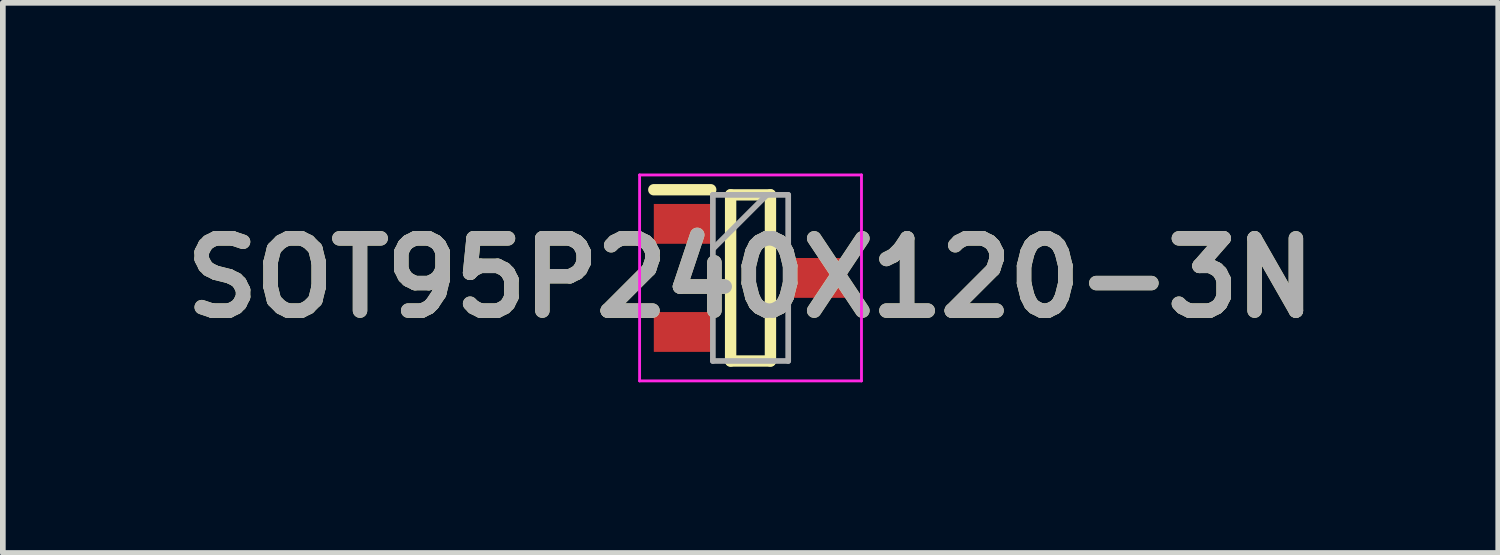
<source format=kicad_pcb>
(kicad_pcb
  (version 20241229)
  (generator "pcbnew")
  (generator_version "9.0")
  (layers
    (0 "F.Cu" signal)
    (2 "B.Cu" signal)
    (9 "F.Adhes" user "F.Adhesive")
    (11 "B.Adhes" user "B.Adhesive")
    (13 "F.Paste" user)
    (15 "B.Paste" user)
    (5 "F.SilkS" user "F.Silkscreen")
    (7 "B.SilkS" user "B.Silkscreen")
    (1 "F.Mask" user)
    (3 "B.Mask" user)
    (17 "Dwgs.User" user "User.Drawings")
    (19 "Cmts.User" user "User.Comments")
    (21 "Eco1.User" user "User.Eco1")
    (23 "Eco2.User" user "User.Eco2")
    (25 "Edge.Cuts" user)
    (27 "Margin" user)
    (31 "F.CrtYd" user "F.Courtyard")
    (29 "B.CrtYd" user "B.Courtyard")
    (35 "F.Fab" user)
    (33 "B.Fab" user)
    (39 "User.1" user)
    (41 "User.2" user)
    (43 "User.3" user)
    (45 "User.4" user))
  (footprint "SOT95P240X120-3N"
    (layer "F.Cu")
    (at 10.142 1.835)
    (property "Reference" "SOT95P240X120-3N" (at 0 0 0) (layer "F.SilkS") (effects (font (size 1.27 1.27) (thickness 0.254))))
    (attr smd)
    (fp_line (start -1.7 -1.55) (end -0.7 -1.55) (stroke (width 0.2) (type solid)) (layer "F.SilkS"))
    (fp_line (start -0.35 -1.46) (end 0.35 -1.46) (stroke (width 0.2) (type solid)) (layer "F.SilkS"))
    (fp_line (start -0.35 1.46) (end -0.35 -1.46) (stroke (width 0.2) (type solid)) (layer "F.SilkS"))
    (fp_line (start 0.35 -1.46) (end 0.35 1.46) (stroke (width 0.2) (type solid)) (layer "F.SilkS"))
    (fp_line (start 0.35 1.46) (end -0.35 1.46) (stroke (width 0.2) (type solid)) (layer "F.SilkS"))
    (fp_line (start -1.95 -1.81) (end 1.95 -1.81) (stroke (width 0.05) (type solid)) (layer "F.CrtYd"))
    (fp_line (start -1.95 1.81) (end -1.95 -1.81) (stroke (width 0.05) (type solid)) (layer "F.CrtYd"))
    (fp_line (start 1.95 -1.81) (end 1.95 1.81) (stroke (width 0.05) (type solid)) (layer "F.CrtYd"))
    (fp_line (start 1.95 1.81) (end -1.95 1.81) (stroke (width 0.05) (type solid)) (layer "F.CrtYd"))
    (fp_line (start -0.662 -1.46) (end 0.662 -1.46) (stroke (width 0.1) (type solid)) (layer "F.Fab"))
    (fp_line (start -0.662 -0.51) (end 0.288 -1.46) (stroke (width 0.1) (type solid)) (layer "F.Fab"))
    (fp_line (start -0.662 1.46) (end -0.662 -1.46) (stroke (width 0.1) (type solid)) (layer "F.Fab"))
    (fp_line (start 0.662 -1.46) (end 0.662 1.46) (stroke (width 0.1) (type solid)) (layer "F.Fab"))
    (fp_line (start 0.662 1.46) (end -0.662 1.46) (stroke (width 0.1) (type solid)) (layer "F.Fab"))
    (fp_text user "${REFERENCE}" (at 0 0 0) (layer "F.Fab") (effects (font (size 1.27 1.27) (thickness 0.254))))
    (pad "1" smd rect (at -1.2 -0.95 90) (size 0.7 1) (layers "F.Cu" "F.Mask" "F.Paste"))
    (pad "2" smd rect (at -1.2 0.95 90) (size 0.7 1) (layers "F.Cu" "F.Mask" "F.Paste"))
    (pad "3" smd rect (at 1.2 0 90) (size 0.7 1) (layers "F.Cu" "F.Mask" "F.Paste")))
  (gr_rect
    (start -3 -3)
    (end 23.284 6.67)
    (stroke (width 0.1) (type default))
    (fill no)
    (layer "Edge.Cuts")))
</source>
